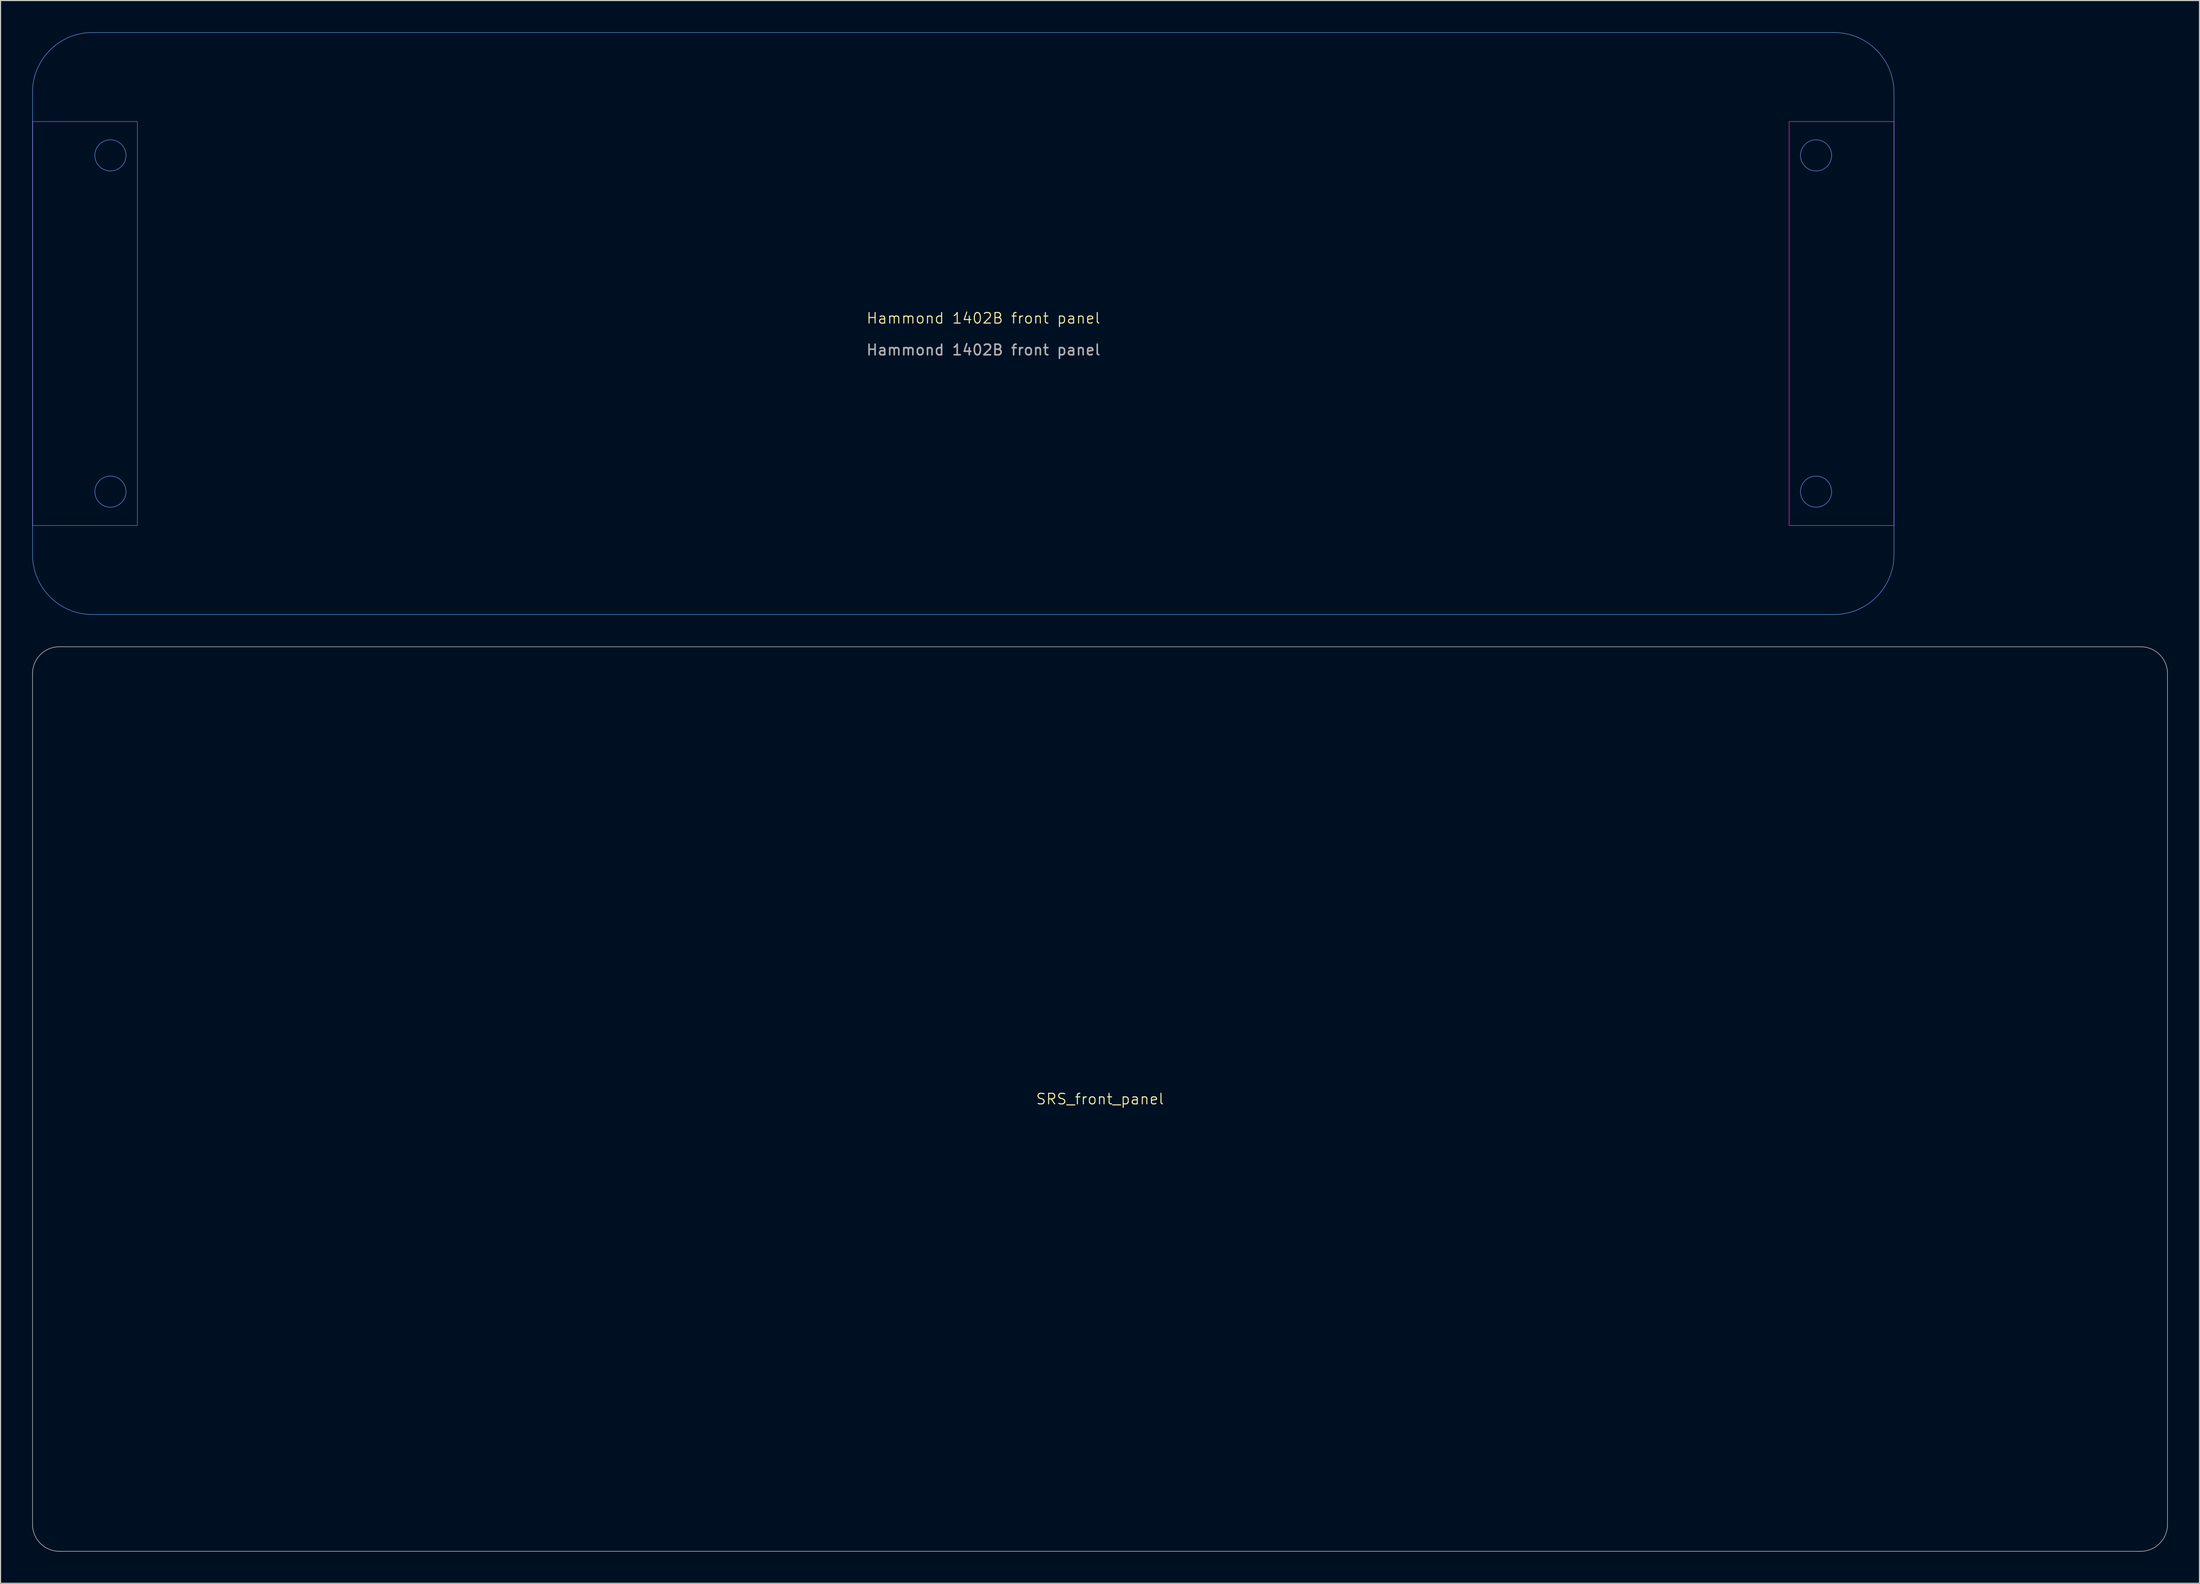
<source format=kicad_pcb>
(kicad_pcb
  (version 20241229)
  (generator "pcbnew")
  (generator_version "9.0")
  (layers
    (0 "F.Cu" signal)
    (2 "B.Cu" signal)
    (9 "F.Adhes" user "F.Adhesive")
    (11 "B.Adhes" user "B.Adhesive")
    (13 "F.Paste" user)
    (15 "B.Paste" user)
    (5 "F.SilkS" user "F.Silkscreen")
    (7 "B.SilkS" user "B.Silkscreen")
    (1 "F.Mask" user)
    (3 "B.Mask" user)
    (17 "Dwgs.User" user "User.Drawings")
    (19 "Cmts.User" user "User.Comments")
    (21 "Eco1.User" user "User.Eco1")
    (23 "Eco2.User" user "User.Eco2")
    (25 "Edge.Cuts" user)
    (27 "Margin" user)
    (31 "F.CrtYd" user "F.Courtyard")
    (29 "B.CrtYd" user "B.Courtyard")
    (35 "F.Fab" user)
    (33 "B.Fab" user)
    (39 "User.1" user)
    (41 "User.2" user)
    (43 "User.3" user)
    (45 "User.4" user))
  (footprint "SRS_front_panel"
    (layer "F.Cu")
    (at 100.939 100.889)
    (property "Reference" "SRS_front_panel" (at 0 0 0) (unlocked yes) (layer "F.SilkS") (effects (font (size 1 1) (thickness 0.1))))
    (attr through_hole)
    (fp_line (start -100.914 -40.234) (end -100.914 40.234) (stroke (width 0.05) (type default)) (layer "Edge.Cuts"))
    (fp_line (start -98.374 42.774) (end 98.374 42.774) (stroke (width 0.05) (type default)) (layer "Edge.Cuts"))
    (fp_line (start 98.374 -42.774) (end -98.374 -42.774) (stroke (width 0.05) (type default)) (layer "Edge.Cuts"))
    (fp_line (start 100.914 40.234) (end 100.914 -40.234) (stroke (width 0.05) (type default)) (layer "Edge.Cuts"))
    (fp_arc (start -100.9142 -40.2336) (mid -100.170251 -42.029651) (end -98.3742 -42.7736) (stroke (width 0.05) (type default)) (layer "Edge.Cuts"))
    (fp_arc (start -98.3742 42.7736) (mid -100.170251 42.029651) (end -100.9142 40.2336) (stroke (width 0.05) (type default)) (layer "Edge.Cuts"))
    (fp_arc (start 98.3742 -42.7736) (mid 100.170251 -42.029651) (end 100.9142 -40.2336) (stroke (width 0.05) (type default)) (layer "Edge.Cuts"))
    (fp_arc (start 100.9142 40.2336) (mid 100.170251 42.029651) (end 98.3742 42.7736) (stroke (width 0.05) (type default)) (layer "Edge.Cuts")))
  (footprint "Hammond 1402B front panel"
    (layer "F.Cu")
    (at 88.01 27.545)
    (property "Reference" "Hammond 1402B front panel" (at 1.905 -0.5 0) (unlocked yes) (layer "F.SilkS") (effects (font (size 1 1) (thickness 0.1))))
    (attr through_hole)
    (fp_line (start -87.985 -21.86) (end -87.985 21.86) (stroke (width 0.05) (type default)) (layer "Cmts.User"))
    (fp_line (start -82.325 27.52) (end 82.325 27.52) (stroke (width 0.05) (type default)) (layer "Cmts.User"))
    (fp_line (start 82.325 -27.52) (end -82.325 -27.52) (stroke (width 0.05) (type default)) (layer "Cmts.User"))
    (fp_line (start 87.985 21.86) (end 87.985 -21.86) (stroke (width 0.05) (type default)) (layer "Cmts.User"))
    (fp_arc (start -87.985 -21.86) (mid -86.327224 -25.862224) (end -82.325 -27.52) (stroke (width 0.05) (type default)) (layer "Cmts.User"))
    (fp_arc (start -82.325 27.52) (mid -86.327224 25.862224) (end -87.985 21.86) (stroke (width 0.05) (type default)) (layer "Cmts.User"))
    (fp_arc (start 82.325 -27.52) (mid 86.327224 -25.862224) (end 87.985 -21.86) (stroke (width 0.05) (type default)) (layer "Cmts.User"))
    (fp_arc (start 87.985 21.86) (mid 86.327224 25.862224) (end 82.325 27.52) (stroke (width 0.05) (type default)) (layer "Cmts.User"))
    (fp_circle (center -80.62 -15.9) (end -79.147 -15.9) (stroke (width 0.05) (type default)) (fill no) (layer "Cmts.User"))
    (fp_circle (center -80.62 15.9) (end -79.147 15.9) (stroke (width 0.05) (type default)) (fill no) (layer "Cmts.User"))
    (fp_circle (center 80.62 -15.9) (end 82.093 -15.9) (stroke (width 0.05) (type default)) (fill no) (layer "Cmts.User"))
    (fp_circle (center 80.62 15.9) (end 82.093 15.9) (stroke (width 0.05) (type default)) (fill no) (layer "Cmts.User"))
    (fp_rect (start -87.985 -19.1) (end -78.075 19.1) (stroke (width 0.05) (type default)) (fill no) (layer "F.CrtYd"))
    (fp_rect (start 78.075 -19.1) (end 87.985 19.1) (stroke (width 0.05) (type default)) (fill no) (layer "F.CrtYd"))
    (fp_text user "${REFERENCE}" (at 1.905 2.5 0) (unlocked yes) (layer "F.Fab") (effects (font (size 1 1) (thickness 0.15)))))
  (gr_rect
    (start -3 -3)
    (end 204.878 146.687)
    (stroke (width 0.1) (type default))
    (fill no)
    (layer "Edge.Cuts")))
</source>
